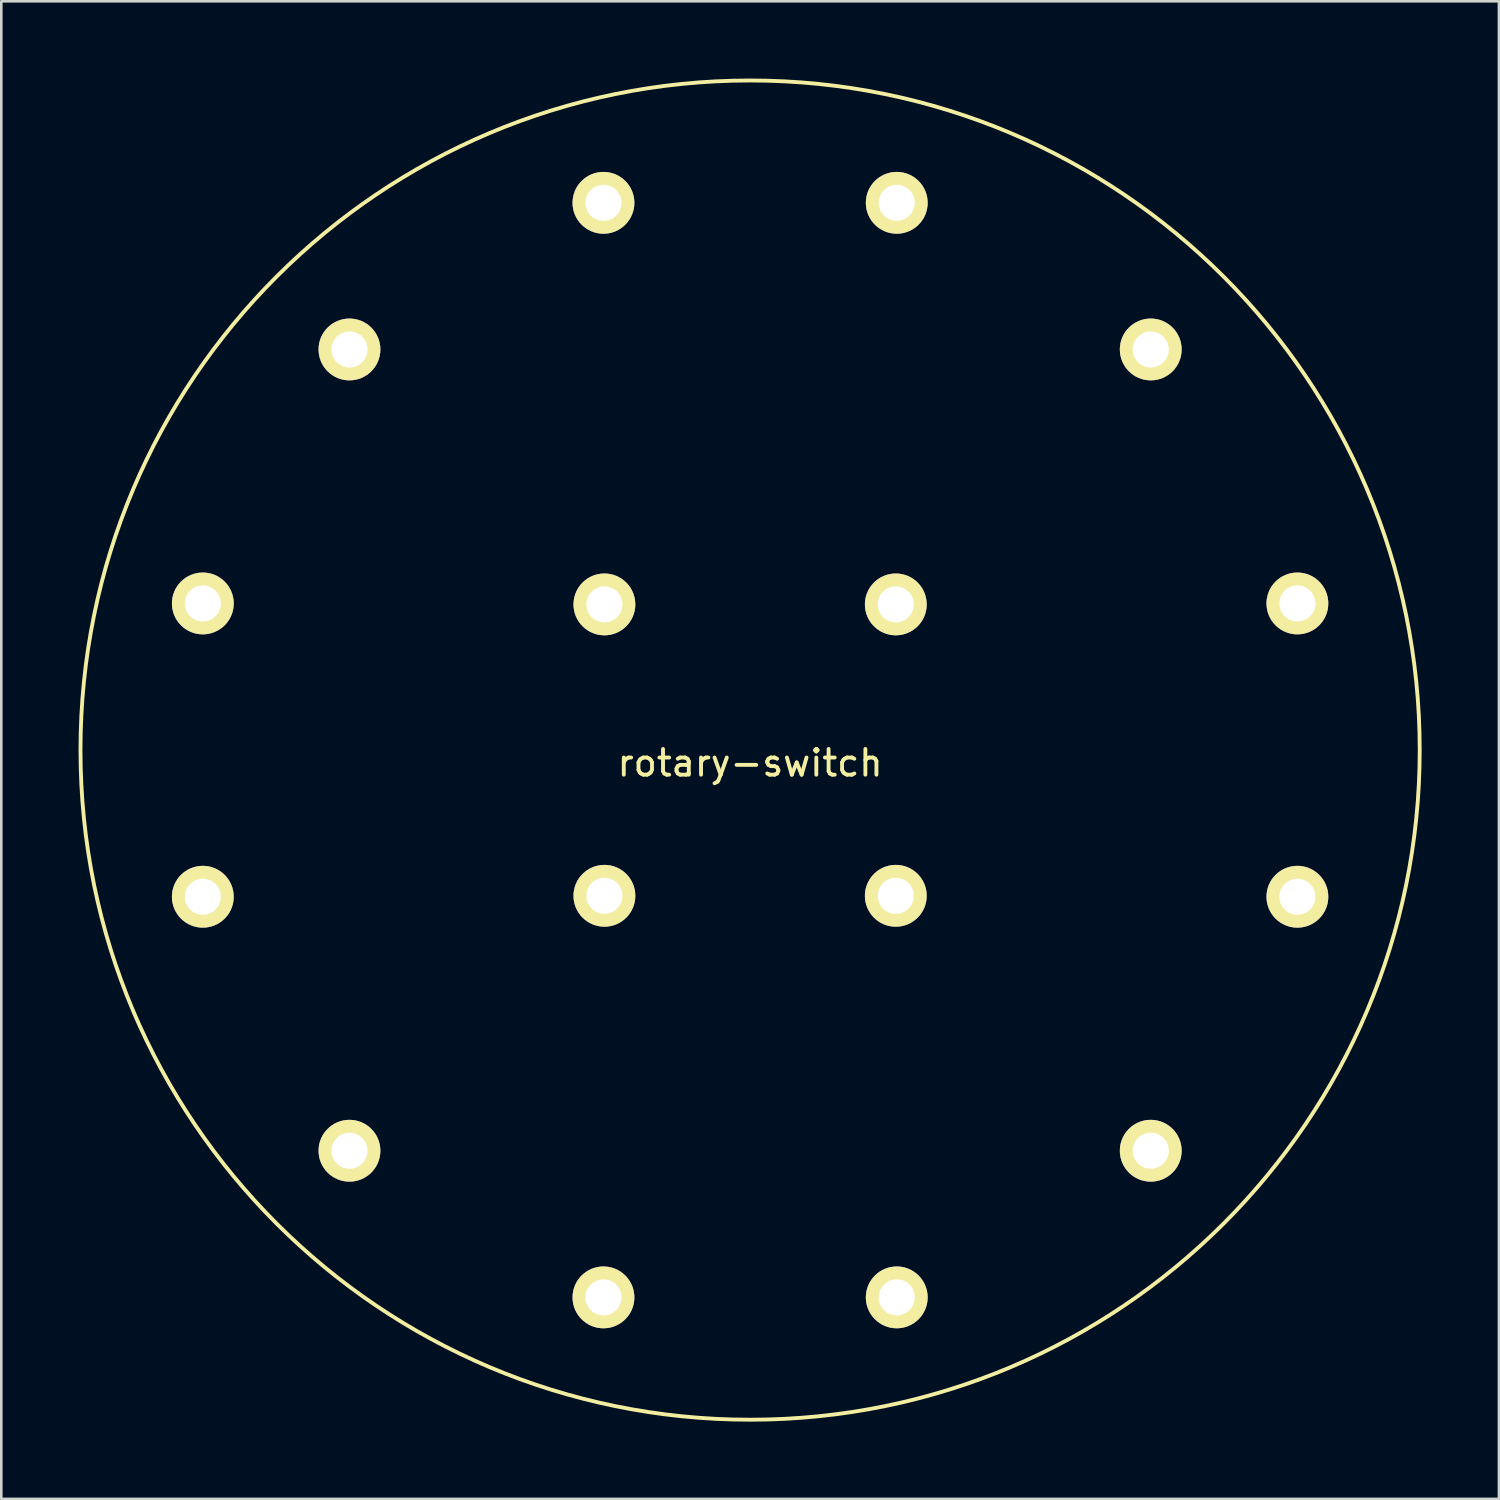
<source format=kicad_pcb>
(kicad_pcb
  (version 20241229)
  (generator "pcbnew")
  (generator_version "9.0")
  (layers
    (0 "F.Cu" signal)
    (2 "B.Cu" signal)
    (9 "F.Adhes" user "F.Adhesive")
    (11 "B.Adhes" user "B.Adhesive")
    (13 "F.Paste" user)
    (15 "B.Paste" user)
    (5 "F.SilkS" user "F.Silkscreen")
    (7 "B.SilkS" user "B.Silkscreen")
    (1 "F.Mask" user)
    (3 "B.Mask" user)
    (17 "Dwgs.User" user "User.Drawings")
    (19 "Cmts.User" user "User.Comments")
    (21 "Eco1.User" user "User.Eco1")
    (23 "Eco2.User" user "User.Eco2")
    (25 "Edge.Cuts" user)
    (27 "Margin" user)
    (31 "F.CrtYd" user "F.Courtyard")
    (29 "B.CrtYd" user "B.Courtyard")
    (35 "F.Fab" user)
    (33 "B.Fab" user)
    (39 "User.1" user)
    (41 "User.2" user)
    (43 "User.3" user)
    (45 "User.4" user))
  (footprint "rotary-switch"
    (layer "F.Cu")
    (at 26.075 26.075)
    (property "Reference" "rotary-switch" (at 0 0.5 0) (layer "F.SilkS") (effects (font (size 1 1) (thickness 0.15))))
    (attr through_hole)
    (fp_circle (center 0 0) (end 26 0) (stroke (width 0.15) (type solid)) (fill no) (layer "F.SilkS"))
    (pad "1" thru_hole circle (at -21.25 -5.694) (size 2.4 2.4) (drill 1.4) (layers "*.Cu" "*.Mask" "F.SilkS"))
    (pad "2" thru_hole circle (at -15.556 -15.556) (size 2.4 2.4) (drill 1.4) (layers "*.Cu" "*.Mask" "F.SilkS"))
    (pad "3" thru_hole circle (at -5.694 -21.25) (size 2.4 2.4) (drill 1.4) (layers "*.Cu" "*.Mask" "F.SilkS"))
    (pad "4" thru_hole circle (at 5.694 -21.25) (size 2.4 2.4) (drill 1.4) (layers "*.Cu" "*.Mask" "F.SilkS"))
    (pad "5" thru_hole circle (at 15.556 -15.556) (size 2.4 2.4) (drill 1.4) (layers "*.Cu" "*.Mask" "F.SilkS"))
    (pad "6" thru_hole circle (at 21.25 -5.694) (size 2.4 2.4) (drill 1.4) (layers "*.Cu" "*.Mask" "F.SilkS"))
    (pad "7" thru_hole circle (at 21.25 5.694) (size 2.4 2.4) (drill 1.4) (layers "*.Cu" "*.Mask" "F.SilkS"))
    (pad "8" thru_hole circle (at 15.556 15.556) (size 2.4 2.4) (drill 1.4) (layers "*.Cu" "*.Mask" "F.SilkS"))
    (pad "9" thru_hole circle (at 5.694 21.25) (size 2.4 2.4) (drill 1.4) (layers "*.Cu" "*.Mask" "F.SilkS"))
    (pad "10" thru_hole circle (at -5.694 21.25) (size 2.4 2.4) (drill 1.4) (layers "*.Cu" "*.Mask" "F.SilkS"))
    (pad "11" thru_hole circle (at -15.556 15.556) (size 2.4 2.4) (drill 1.4) (layers "*.Cu" "*.Mask" "F.SilkS"))
    (pad "12" thru_hole circle (at -21.25 5.694) (size 2.4 2.4) (drill 1.4) (layers "*.Cu" "*.Mask" "F.SilkS"))
    (pad "A" thru_hole circle (at -5.657 -5.657) (size 2.4 2.4) (drill 1.4) (layers "*.Cu" "*.Mask" "F.SilkS"))
    (pad "B" thru_hole circle (at 5.657 -5.657) (size 2.4 2.4) (drill 1.4) (layers "*.Cu" "*.Mask" "F.SilkS"))
    (pad "C" thru_hole circle (at 5.657 5.657) (size 2.4 2.4) (drill 1.4) (layers "*.Cu" "*.Mask" "F.SilkS"))
    (pad "D" thru_hole circle (at -5.657 5.657) (size 2.4 2.4) (drill 1.4) (layers "*.Cu" "*.Mask" "F.SilkS")))
  (gr_rect
    (start -3 -3)
    (end 55.15 55.15)
    (stroke (width 0.1) (type default))
    (fill no)
    (layer "Edge.Cuts")))
</source>
